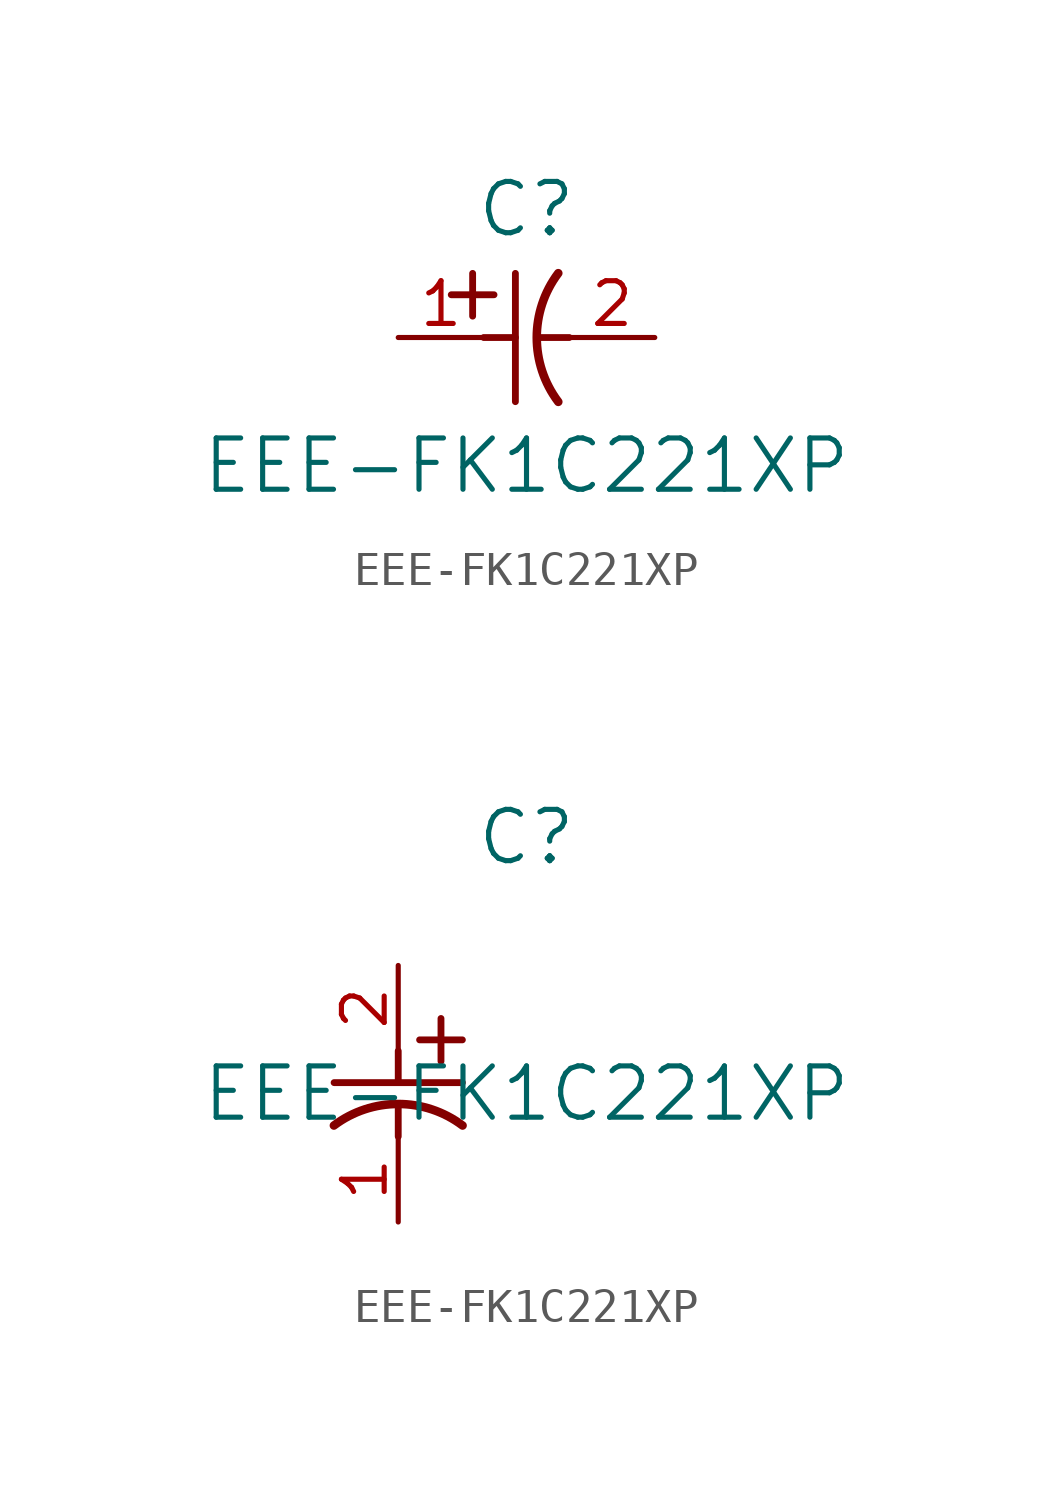
<source format=kicad_sym>
(kicad_symbol_lib
  (version 20211014)
  (generator kicad_symbol_editor)
  (symbol "EEE-FK1C221XP"
    (pin_names
      (offset 0.254))
    (property "Reference" "C"
      (at 3.81 3.81 0)
      (effects (font (size 1.524 1.524))))
    (property "Value" "EEE-FK1C221XP"
      (at 3.81 -3.81 0)
      (effects (font (size 1.524 1.524))))
    (symbol "EEE-FK1C221XP_1_1"
      (polyline (pts (xy 2.21 0.635) (xy 2.21 1.905)) (stroke (width 0.203) (type default) (color 0 0 0 0)) (fill (type none)))
      (arc (start 4.754132 1.910763) (mid 4.1148 0) (end 4.754132 -1.910763) (stroke (width 0.254) (type default) (color 0 0 0 0)) (fill (type none)))
      (polyline (pts (xy 4.115 0) (xy 5.08 0)) (stroke (width 0.203) (type default) (color 0 0 0 0)) (fill (type none)))
      (polyline (pts (xy 3.48 -1.905) (xy 3.48 1.905)) (stroke (width 0.203) (type default) (color 0 0 0 0)) (fill (type none)))
      (polyline (pts (xy 1.575 1.27) (xy 2.845 1.27)) (stroke (width 0.203) (type default) (color 0 0 0 0)) (fill (type none)))
      (polyline (pts (xy 2.54 0) (xy 3.48 0)) (stroke (width 0.203) (type default) (color 0 0 0 0)) (fill (type none)))
      (pin unspecified line (at 0 0 0) (length 2.54) (name "" (effects (font (size 1.27 1.27)))) (number "1" (effects (font (size 1.27 1.27)))))
      (pin unspecified line (at 7.62 0 180) (length 2.54) (name "" (effects (font (size 1.27 1.27)))) (number "2" (effects (font (size 1.27 1.27))))))
    (symbol "EEE-FK1C221XP_1_2"
      (polyline (pts (xy 0 -2.54) (xy 0 -3.48)) (stroke (width 0.203) (type default) (color 0 0 0 0)) (fill (type none)))
      (arc (start 1.910763 -4.754132) (mid 0 -4.1148) (end -1.910763 -4.754132) (stroke (width 0.254) (type default) (color 0 0 0 0)) (fill (type none)))
      (polyline (pts (xy -1.905 -3.48) (xy 1.905 -3.48)) (stroke (width 0.203) (type default) (color 0 0 0 0)) (fill (type none)))
      (polyline (pts (xy 0.635 -2.21) (xy 1.905 -2.21)) (stroke (width 0.203) (type default) (color 0 0 0 0)) (fill (type none)))
      (polyline (pts (xy 1.27 -1.575) (xy 1.27 -2.845)) (stroke (width 0.203) (type default) (color 0 0 0 0)) (fill (type none)))
      (polyline (pts (xy 0 -4.115) (xy 0 -5.08)) (stroke (width 0.203) (type default) (color 0 0 0 0)) (fill (type none)))
      (pin unspecified line (at 0 -7.62 90) (length 2.54) (name "" (effects (font (size 1.27 1.27)))) (number "1" (effects (font (size 1.27 1.27)))))
      (pin unspecified line (at 0 0 270) (length 2.54) (name "" (effects (font (size 1.27 1.27)))) (number "2" (effects (font (size 1.27 1.27))))))))
</source>
